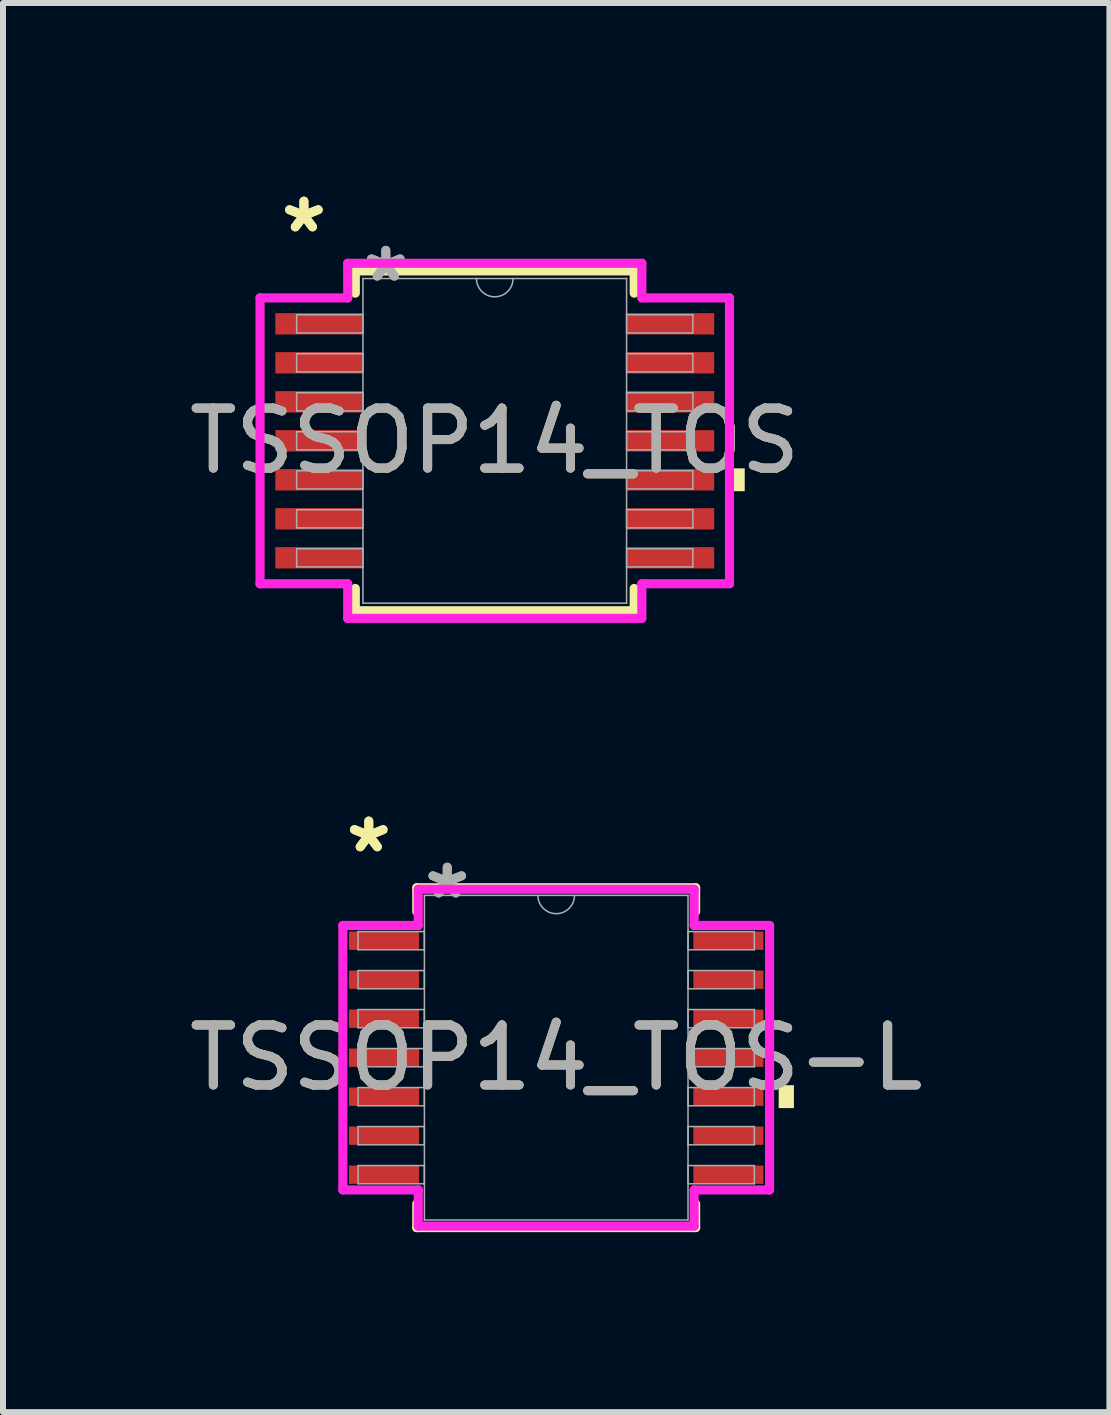
<source format=kicad_pcb>
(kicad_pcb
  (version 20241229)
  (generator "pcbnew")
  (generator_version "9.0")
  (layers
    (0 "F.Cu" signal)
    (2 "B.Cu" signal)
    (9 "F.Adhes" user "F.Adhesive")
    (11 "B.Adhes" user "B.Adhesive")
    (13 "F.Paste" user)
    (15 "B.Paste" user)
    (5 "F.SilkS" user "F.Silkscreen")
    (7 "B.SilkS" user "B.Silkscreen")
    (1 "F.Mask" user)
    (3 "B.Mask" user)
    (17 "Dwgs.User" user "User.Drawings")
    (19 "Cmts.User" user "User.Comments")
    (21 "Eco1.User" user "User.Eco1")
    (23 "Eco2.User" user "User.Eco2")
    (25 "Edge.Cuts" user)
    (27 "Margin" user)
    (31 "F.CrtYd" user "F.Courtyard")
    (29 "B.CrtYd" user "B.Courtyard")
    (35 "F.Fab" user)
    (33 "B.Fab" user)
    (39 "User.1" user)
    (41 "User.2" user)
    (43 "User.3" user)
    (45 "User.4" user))
  (footprint "TSSOP14_TOS-L"
    (layer "F.Cu")
    (at 6.22 14.578)
    (property "Reference" "TSSOP14_TOS-L" (at 0 0 0) (unlocked yes) (layer "F.SilkS") (effects (font (size 1 1) (thickness 0.15))))
    (attr smd)
    (fp_line (start -2.324 -2.832) (end -2.324 -2.435) (stroke (width 0.152) (type solid)) (layer "F.SilkS"))
    (fp_line (start -2.324 2.435) (end -2.324 2.832) (stroke (width 0.152) (type solid)) (layer "F.SilkS"))
    (fp_line (start -2.324 2.832) (end 2.324 2.832) (stroke (width 0.152) (type solid)) (layer "F.SilkS"))
    (fp_line (start 2.324 -2.832) (end -2.324 -2.832) (stroke (width 0.152) (type solid)) (layer "F.SilkS"))
    (fp_line (start 2.324 -2.435) (end 2.324 -2.832) (stroke (width 0.152) (type solid)) (layer "F.SilkS"))
    (fp_line (start 2.324 2.832) (end 2.324 2.435) (stroke (width 0.152) (type solid)) (layer "F.SilkS"))
    (fp_poly (pts (xy 3.962 0.459) (xy 3.962 0.84) (xy 3.708 0.84) (xy 3.708 0.459)) (stroke (width 0) (type solid)) (fill yes) (layer "F.SilkS"))
    (fp_line (start -3.556 -2.204) (end -2.299 -2.204) (stroke (width 0.152) (type solid)) (layer "F.CrtYd"))
    (fp_line (start -3.556 2.204) (end -3.556 -2.204) (stroke (width 0.152) (type solid)) (layer "F.CrtYd"))
    (fp_line (start -3.556 2.204) (end -2.299 2.204) (stroke (width 0.152) (type solid)) (layer "F.CrtYd"))
    (fp_line (start -2.299 -2.807) (end 2.299 -2.807) (stroke (width 0.152) (type solid)) (layer "F.CrtYd"))
    (fp_line (start -2.299 -2.204) (end -2.299 -2.807) (stroke (width 0.152) (type solid)) (layer "F.CrtYd"))
    (fp_line (start -2.299 2.807) (end -2.299 2.204) (stroke (width 0.152) (type solid)) (layer "F.CrtYd"))
    (fp_line (start 2.299 -2.807) (end 2.299 -2.204) (stroke (width 0.152) (type solid)) (layer "F.CrtYd"))
    (fp_line (start 2.299 2.204) (end 2.299 2.807) (stroke (width 0.152) (type solid)) (layer "F.CrtYd"))
    (fp_line (start 2.299 2.807) (end -2.299 2.807) (stroke (width 0.152) (type solid)) (layer "F.CrtYd"))
    (fp_line (start 3.556 -2.204) (end 2.299 -2.204) (stroke (width 0.152) (type solid)) (layer "F.CrtYd"))
    (fp_line (start 3.556 -2.204) (end 3.556 2.204) (stroke (width 0.152) (type solid)) (layer "F.CrtYd"))
    (fp_line (start 3.556 2.204) (end 2.299 2.204) (stroke (width 0.152) (type solid)) (layer "F.CrtYd"))
    (fp_line (start -3.302 -2.102) (end -3.302 -1.798) (stroke (width 0.025) (type solid)) (layer "F.Fab"))
    (fp_line (start -3.302 -1.798) (end -2.197 -1.798) (stroke (width 0.025) (type solid)) (layer "F.Fab"))
    (fp_line (start -3.302 -1.452) (end -3.302 -1.148) (stroke (width 0.025) (type solid)) (layer "F.Fab"))
    (fp_line (start -3.302 -1.148) (end -2.197 -1.148) (stroke (width 0.025) (type solid)) (layer "F.Fab"))
    (fp_line (start -3.302 -0.802) (end -3.302 -0.498) (stroke (width 0.025) (type solid)) (layer "F.Fab"))
    (fp_line (start -3.302 -0.498) (end -2.197 -0.498) (stroke (width 0.025) (type solid)) (layer "F.Fab"))
    (fp_line (start -3.302 -0.152) (end -3.302 0.152) (stroke (width 0.025) (type solid)) (layer "F.Fab"))
    (fp_line (start -3.302 0.152) (end -2.197 0.152) (stroke (width 0.025) (type solid)) (layer "F.Fab"))
    (fp_line (start -3.302 0.498) (end -3.302 0.802) (stroke (width 0.025) (type solid)) (layer "F.Fab"))
    (fp_line (start -3.302 0.802) (end -2.197 0.802) (stroke (width 0.025) (type solid)) (layer "F.Fab"))
    (fp_line (start -3.302 1.148) (end -3.302 1.452) (stroke (width 0.025) (type solid)) (layer "F.Fab"))
    (fp_line (start -3.302 1.452) (end -2.197 1.452) (stroke (width 0.025) (type solid)) (layer "F.Fab"))
    (fp_line (start -3.302 1.798) (end -3.302 2.102) (stroke (width 0.025) (type solid)) (layer "F.Fab"))
    (fp_line (start -3.302 2.102) (end -2.197 2.102) (stroke (width 0.025) (type solid)) (layer "F.Fab"))
    (fp_line (start -2.197 -2.705) (end -2.197 2.705) (stroke (width 0.025) (type solid)) (layer "F.Fab"))
    (fp_line (start -2.197 -2.102) (end -3.302 -2.102) (stroke (width 0.025) (type solid)) (layer "F.Fab"))
    (fp_line (start -2.197 -1.798) (end -2.197 -2.102) (stroke (width 0.025) (type solid)) (layer "F.Fab"))
    (fp_line (start -2.197 -1.452) (end -3.302 -1.452) (stroke (width 0.025) (type solid)) (layer "F.Fab"))
    (fp_line (start -2.197 -1.148) (end -2.197 -1.452) (stroke (width 0.025) (type solid)) (layer "F.Fab"))
    (fp_line (start -2.197 -0.802) (end -3.302 -0.802) (stroke (width 0.025) (type solid)) (layer "F.Fab"))
    (fp_line (start -2.197 -0.498) (end -2.197 -0.802) (stroke (width 0.025) (type solid)) (layer "F.Fab"))
    (fp_line (start -2.197 -0.152) (end -3.302 -0.152) (stroke (width 0.025) (type solid)) (layer "F.Fab"))
    (fp_line (start -2.197 0.152) (end -2.197 -0.152) (stroke (width 0.025) (type solid)) (layer "F.Fab"))
    (fp_line (start -2.197 0.498) (end -3.302 0.498) (stroke (width 0.025) (type solid)) (layer "F.Fab"))
    (fp_line (start -2.197 0.802) (end -2.197 0.498) (stroke (width 0.025) (type solid)) (layer "F.Fab"))
    (fp_line (start -2.197 1.148) (end -3.302 1.148) (stroke (width 0.025) (type solid)) (layer "F.Fab"))
    (fp_line (start -2.197 1.452) (end -2.197 1.148) (stroke (width 0.025) (type solid)) (layer "F.Fab"))
    (fp_line (start -2.197 1.798) (end -3.302 1.798) (stroke (width 0.025) (type solid)) (layer "F.Fab"))
    (fp_line (start -2.197 2.102) (end -2.197 1.798) (stroke (width 0.025) (type solid)) (layer "F.Fab"))
    (fp_line (start -2.197 2.705) (end 2.197 2.705) (stroke (width 0.025) (type solid)) (layer "F.Fab"))
    (fp_line (start 2.197 -2.705) (end -2.197 -2.705) (stroke (width 0.025) (type solid)) (layer "F.Fab"))
    (fp_line (start 2.197 -2.102) (end 2.197 -1.798) (stroke (width 0.025) (type solid)) (layer "F.Fab"))
    (fp_line (start 2.197 -1.798) (end 3.302 -1.798) (stroke (width 0.025) (type solid)) (layer "F.Fab"))
    (fp_line (start 2.197 -1.452) (end 2.197 -1.148) (stroke (width 0.025) (type solid)) (layer "F.Fab"))
    (fp_line (start 2.197 -1.148) (end 3.302 -1.148) (stroke (width 0.025) (type solid)) (layer "F.Fab"))
    (fp_line (start 2.197 -0.802) (end 2.197 -0.498) (stroke (width 0.025) (type solid)) (layer "F.Fab"))
    (fp_line (start 2.197 -0.498) (end 3.302 -0.498) (stroke (width 0.025) (type solid)) (layer "F.Fab"))
    (fp_line (start 2.197 -0.152) (end 2.197 0.152) (stroke (width 0.025) (type solid)) (layer "F.Fab"))
    (fp_line (start 2.197 0.152) (end 3.302 0.152) (stroke (width 0.025) (type solid)) (layer "F.Fab"))
    (fp_line (start 2.197 0.498) (end 2.197 0.802) (stroke (width 0.025) (type solid)) (layer "F.Fab"))
    (fp_line (start 2.197 0.802) (end 3.302 0.802) (stroke (width 0.025) (type solid)) (layer "F.Fab"))
    (fp_line (start 2.197 1.148) (end 2.197 1.452) (stroke (width 0.025) (type solid)) (layer "F.Fab"))
    (fp_line (start 2.197 1.452) (end 3.302 1.452) (stroke (width 0.025) (type solid)) (layer "F.Fab"))
    (fp_line (start 2.197 1.798) (end 2.197 2.102) (stroke (width 0.025) (type solid)) (layer "F.Fab"))
    (fp_line (start 2.197 2.102) (end 3.302 2.102) (stroke (width 0.025) (type solid)) (layer "F.Fab"))
    (fp_line (start 2.197 2.705) (end 2.197 -2.705) (stroke (width 0.025) (type solid)) (layer "F.Fab"))
    (fp_line (start 3.302 -2.102) (end 2.197 -2.102) (stroke (width 0.025) (type solid)) (layer "F.Fab"))
    (fp_line (start 3.302 -1.798) (end 3.302 -2.102) (stroke (width 0.025) (type solid)) (layer "F.Fab"))
    (fp_line (start 3.302 -1.452) (end 2.197 -1.452) (stroke (width 0.025) (type solid)) (layer "F.Fab"))
    (fp_line (start 3.302 -1.148) (end 3.302 -1.452) (stroke (width 0.025) (type solid)) (layer "F.Fab"))
    (fp_line (start 3.302 -0.802) (end 2.197 -0.802) (stroke (width 0.025) (type solid)) (layer "F.Fab"))
    (fp_line (start 3.302 -0.498) (end 3.302 -0.802) (stroke (width 0.025) (type solid)) (layer "F.Fab"))
    (fp_line (start 3.302 -0.152) (end 2.197 -0.152) (stroke (width 0.025) (type solid)) (layer "F.Fab"))
    (fp_line (start 3.302 0.152) (end 3.302 -0.152) (stroke (width 0.025) (type solid)) (layer "F.Fab"))
    (fp_line (start 3.302 0.498) (end 2.197 0.498) (stroke (width 0.025) (type solid)) (layer "F.Fab"))
    (fp_line (start 3.302 0.802) (end 3.302 0.498) (stroke (width 0.025) (type solid)) (layer "F.Fab"))
    (fp_line (start 3.302 1.148) (end 2.197 1.148) (stroke (width 0.025) (type solid)) (layer "F.Fab"))
    (fp_line (start 3.302 1.452) (end 3.302 1.148) (stroke (width 0.025) (type solid)) (layer "F.Fab"))
    (fp_line (start 3.302 1.798) (end 2.197 1.798) (stroke (width 0.025) (type solid)) (layer "F.Fab"))
    (fp_line (start 3.302 2.102) (end 3.302 1.798) (stroke (width 0.025) (type solid)) (layer "F.Fab"))
    (fp_arc (start 0.3048 -2.7051) (mid 0 -2.4003) (end -0.3048 -2.7051) (stroke (width 0.0254) (type solid)) (layer "F.Fab"))
    (fp_text user "*" (at -3.124 -3.398 0) (unlocked yes) (layer "F.SilkS") (effects (font (size 1 1) (thickness 0.15))))
    (fp_text user "*" (at -3.124 -3.398 0) (layer "F.SilkS") (effects (font (size 1 1) (thickness 0.15))))
    (fp_text user "${REFERENCE}" (at 0 0 0) (unlocked yes) (layer "F.Fab") (effects (font (size 1 1) (thickness 0.15))))
    (fp_text user "*" (at -1.816 -2.629 0) (layer "F.Fab") (effects (font (size 1 1) (thickness 0.15))))
    (fp_text user "*" (at -1.816 -2.629 0) (unlocked yes) (layer "F.Fab") (effects (font (size 1 1) (thickness 0.15))))
    (pad "1" smd rect (at -2.87 -1.95) (size 1.168 0.305) (layers "F.Cu" "F.Mask" "F.Paste"))
    (pad "2" smd rect (at -2.87 -1.3) (size 1.168 0.305) (layers "F.Cu" "F.Mask" "F.Paste"))
    (pad "3" smd rect (at -2.87 -0.65) (size 1.168 0.305) (layers "F.Cu" "F.Mask" "F.Paste"))
    (pad "4" smd rect (at -2.87 0) (size 1.168 0.305) (layers "F.Cu" "F.Mask" "F.Paste"))
    (pad "5" smd rect (at -2.87 0.65) (size 1.168 0.305) (layers "F.Cu" "F.Mask" "F.Paste"))
    (pad "6" smd rect (at -2.87 1.3) (size 1.168 0.305) (layers "F.Cu" "F.Mask" "F.Paste"))
    (pad "7" smd rect (at -2.87 1.95) (size 1.168 0.305) (layers "F.Cu" "F.Mask" "F.Paste"))
    (pad "8" smd rect (at 2.87 1.95) (size 1.168 0.305) (layers "F.Cu" "F.Mask" "F.Paste"))
    (pad "9" smd rect (at 2.87 1.3) (size 1.168 0.305) (layers "F.Cu" "F.Mask" "F.Paste"))
    (pad "10" smd rect (at 2.87 0.65) (size 1.168 0.305) (layers "F.Cu" "F.Mask" "F.Paste"))
    (pad "11" smd rect (at 2.87 0) (size 1.168 0.305) (layers "F.Cu" "F.Mask" "F.Paste"))
    (pad "12" smd rect (at 2.87 -0.65) (size 1.168 0.305) (layers "F.Cu" "F.Mask" "F.Paste"))
    (pad "13" smd rect (at 2.87 -1.3) (size 1.168 0.305) (layers "F.Cu" "F.Mask" "F.Paste"))
    (pad "14" smd rect (at 2.87 -1.95) (size 1.168 0.305) (layers "F.Cu" "F.Mask" "F.Paste")))
  (footprint "TSSOP14_TOS"
    (layer "F.Cu")
    (at 5.196 4.297)
    (property "Reference" "TSSOP14_TOS" (at 0 0 0) (unlocked yes) (layer "F.SilkS") (effects (font (size 1 1) (thickness 0.15))))
    (attr smd)
    (fp_line (start -2.324 -2.832) (end -2.324 -2.461) (stroke (width 0.152) (type solid)) (layer "F.SilkS"))
    (fp_line (start -2.324 2.461) (end -2.324 2.832) (stroke (width 0.152) (type solid)) (layer "F.SilkS"))
    (fp_line (start -2.324 2.832) (end 2.324 2.832) (stroke (width 0.152) (type solid)) (layer "F.SilkS"))
    (fp_line (start 2.324 -2.832) (end -2.324 -2.832) (stroke (width 0.152) (type solid)) (layer "F.SilkS"))
    (fp_line (start 2.324 -2.461) (end 2.324 -2.832) (stroke (width 0.152) (type solid)) (layer "F.SilkS"))
    (fp_line (start 2.324 2.832) (end 2.324 2.461) (stroke (width 0.152) (type solid)) (layer "F.SilkS"))
    (fp_poly (pts (xy 4.166 0.459) (xy 4.166 0.84) (xy 3.912 0.84) (xy 3.912 0.459)) (stroke (width 0) (type solid)) (fill yes) (layer "F.SilkS"))
    (fp_line (start -3.912 -2.382) (end -2.451 -2.382) (stroke (width 0.152) (type solid)) (layer "F.CrtYd"))
    (fp_line (start -3.912 2.382) (end -3.912 -2.382) (stroke (width 0.152) (type solid)) (layer "F.CrtYd"))
    (fp_line (start -3.912 2.382) (end -2.451 2.382) (stroke (width 0.152) (type solid)) (layer "F.CrtYd"))
    (fp_line (start -2.451 -2.959) (end 2.451 -2.959) (stroke (width 0.152) (type solid)) (layer "F.CrtYd"))
    (fp_line (start -2.451 -2.382) (end -2.451 -2.959) (stroke (width 0.152) (type solid)) (layer "F.CrtYd"))
    (fp_line (start -2.451 2.959) (end -2.451 2.382) (stroke (width 0.152) (type solid)) (layer "F.CrtYd"))
    (fp_line (start 2.451 -2.959) (end 2.451 -2.382) (stroke (width 0.152) (type solid)) (layer "F.CrtYd"))
    (fp_line (start 2.451 2.382) (end 2.451 2.959) (stroke (width 0.152) (type solid)) (layer "F.CrtYd"))
    (fp_line (start 2.451 2.959) (end -2.451 2.959) (stroke (width 0.152) (type solid)) (layer "F.CrtYd"))
    (fp_line (start 3.912 -2.382) (end 2.451 -2.382) (stroke (width 0.152) (type solid)) (layer "F.CrtYd"))
    (fp_line (start 3.912 -2.382) (end 3.912 2.382) (stroke (width 0.152) (type solid)) (layer "F.CrtYd"))
    (fp_line (start 3.912 2.382) (end 2.451 2.382) (stroke (width 0.152) (type solid)) (layer "F.CrtYd"))
    (fp_line (start -3.302 -2.102) (end -3.302 -1.798) (stroke (width 0.025) (type solid)) (layer "F.Fab"))
    (fp_line (start -3.302 -1.798) (end -2.197 -1.798) (stroke (width 0.025) (type solid)) (layer "F.Fab"))
    (fp_line (start -3.302 -1.452) (end -3.302 -1.148) (stroke (width 0.025) (type solid)) (layer "F.Fab"))
    (fp_line (start -3.302 -1.148) (end -2.197 -1.148) (stroke (width 0.025) (type solid)) (layer "F.Fab"))
    (fp_line (start -3.302 -0.802) (end -3.302 -0.498) (stroke (width 0.025) (type solid)) (layer "F.Fab"))
    (fp_line (start -3.302 -0.498) (end -2.197 -0.498) (stroke (width 0.025) (type solid)) (layer "F.Fab"))
    (fp_line (start -3.302 -0.152) (end -3.302 0.152) (stroke (width 0.025) (type solid)) (layer "F.Fab"))
    (fp_line (start -3.302 0.152) (end -2.197 0.152) (stroke (width 0.025) (type solid)) (layer "F.Fab"))
    (fp_line (start -3.302 0.498) (end -3.302 0.802) (stroke (width 0.025) (type solid)) (layer "F.Fab"))
    (fp_line (start -3.302 0.802) (end -2.197 0.802) (stroke (width 0.025) (type solid)) (layer "F.Fab"))
    (fp_line (start -3.302 1.148) (end -3.302 1.452) (stroke (width 0.025) (type solid)) (layer "F.Fab"))
    (fp_line (start -3.302 1.452) (end -2.197 1.452) (stroke (width 0.025) (type solid)) (layer "F.Fab"))
    (fp_line (start -3.302 1.798) (end -3.302 2.102) (stroke (width 0.025) (type solid)) (layer "F.Fab"))
    (fp_line (start -3.302 2.102) (end -2.197 2.102) (stroke (width 0.025) (type solid)) (layer "F.Fab"))
    (fp_line (start -2.197 -2.705) (end -2.197 2.705) (stroke (width 0.025) (type solid)) (layer "F.Fab"))
    (fp_line (start -2.197 -2.102) (end -3.302 -2.102) (stroke (width 0.025) (type solid)) (layer "F.Fab"))
    (fp_line (start -2.197 -1.798) (end -2.197 -2.102) (stroke (width 0.025) (type solid)) (layer "F.Fab"))
    (fp_line (start -2.197 -1.452) (end -3.302 -1.452) (stroke (width 0.025) (type solid)) (layer "F.Fab"))
    (fp_line (start -2.197 -1.148) (end -2.197 -1.452) (stroke (width 0.025) (type solid)) (layer "F.Fab"))
    (fp_line (start -2.197 -0.802) (end -3.302 -0.802) (stroke (width 0.025) (type solid)) (layer "F.Fab"))
    (fp_line (start -2.197 -0.498) (end -2.197 -0.802) (stroke (width 0.025) (type solid)) (layer "F.Fab"))
    (fp_line (start -2.197 -0.152) (end -3.302 -0.152) (stroke (width 0.025) (type solid)) (layer "F.Fab"))
    (fp_line (start -2.197 0.152) (end -2.197 -0.152) (stroke (width 0.025) (type solid)) (layer "F.Fab"))
    (fp_line (start -2.197 0.498) (end -3.302 0.498) (stroke (width 0.025) (type solid)) (layer "F.Fab"))
    (fp_line (start -2.197 0.802) (end -2.197 0.498) (stroke (width 0.025) (type solid)) (layer "F.Fab"))
    (fp_line (start -2.197 1.148) (end -3.302 1.148) (stroke (width 0.025) (type solid)) (layer "F.Fab"))
    (fp_line (start -2.197 1.452) (end -2.197 1.148) (stroke (width 0.025) (type solid)) (layer "F.Fab"))
    (fp_line (start -2.197 1.798) (end -3.302 1.798) (stroke (width 0.025) (type solid)) (layer "F.Fab"))
    (fp_line (start -2.197 2.102) (end -2.197 1.798) (stroke (width 0.025) (type solid)) (layer "F.Fab"))
    (fp_line (start -2.197 2.705) (end 2.197 2.705) (stroke (width 0.025) (type solid)) (layer "F.Fab"))
    (fp_line (start 2.197 -2.705) (end -2.197 -2.705) (stroke (width 0.025) (type solid)) (layer "F.Fab"))
    (fp_line (start 2.197 -2.102) (end 2.197 -1.798) (stroke (width 0.025) (type solid)) (layer "F.Fab"))
    (fp_line (start 2.197 -1.798) (end 3.302 -1.798) (stroke (width 0.025) (type solid)) (layer "F.Fab"))
    (fp_line (start 2.197 -1.452) (end 2.197 -1.148) (stroke (width 0.025) (type solid)) (layer "F.Fab"))
    (fp_line (start 2.197 -1.148) (end 3.302 -1.148) (stroke (width 0.025) (type solid)) (layer "F.Fab"))
    (fp_line (start 2.197 -0.802) (end 2.197 -0.498) (stroke (width 0.025) (type solid)) (layer "F.Fab"))
    (fp_line (start 2.197 -0.498) (end 3.302 -0.498) (stroke (width 0.025) (type solid)) (layer "F.Fab"))
    (fp_line (start 2.197 -0.152) (end 2.197 0.152) (stroke (width 0.025) (type solid)) (layer "F.Fab"))
    (fp_line (start 2.197 0.152) (end 3.302 0.152) (stroke (width 0.025) (type solid)) (layer "F.Fab"))
    (fp_line (start 2.197 0.498) (end 2.197 0.802) (stroke (width 0.025) (type solid)) (layer "F.Fab"))
    (fp_line (start 2.197 0.802) (end 3.302 0.802) (stroke (width 0.025) (type solid)) (layer "F.Fab"))
    (fp_line (start 2.197 1.148) (end 2.197 1.452) (stroke (width 0.025) (type solid)) (layer "F.Fab"))
    (fp_line (start 2.197 1.452) (end 3.302 1.452) (stroke (width 0.025) (type solid)) (layer "F.Fab"))
    (fp_line (start 2.197 1.798) (end 2.197 2.102) (stroke (width 0.025) (type solid)) (layer "F.Fab"))
    (fp_line (start 2.197 2.102) (end 3.302 2.102) (stroke (width 0.025) (type solid)) (layer "F.Fab"))
    (fp_line (start 2.197 2.705) (end 2.197 -2.705) (stroke (width 0.025) (type solid)) (layer "F.Fab"))
    (fp_line (start 3.302 -2.102) (end 2.197 -2.102) (stroke (width 0.025) (type solid)) (layer "F.Fab"))
    (fp_line (start 3.302 -1.798) (end 3.302 -2.102) (stroke (width 0.025) (type solid)) (layer "F.Fab"))
    (fp_line (start 3.302 -1.452) (end 2.197 -1.452) (stroke (width 0.025) (type solid)) (layer "F.Fab"))
    (fp_line (start 3.302 -1.148) (end 3.302 -1.452) (stroke (width 0.025) (type solid)) (layer "F.Fab"))
    (fp_line (start 3.302 -0.802) (end 2.197 -0.802) (stroke (width 0.025) (type solid)) (layer "F.Fab"))
    (fp_line (start 3.302 -0.498) (end 3.302 -0.802) (stroke (width 0.025) (type solid)) (layer "F.Fab"))
    (fp_line (start 3.302 -0.152) (end 2.197 -0.152) (stroke (width 0.025) (type solid)) (layer "F.Fab"))
    (fp_line (start 3.302 0.152) (end 3.302 -0.152) (stroke (width 0.025) (type solid)) (layer "F.Fab"))
    (fp_line (start 3.302 0.498) (end 2.197 0.498) (stroke (width 0.025) (type solid)) (layer "F.Fab"))
    (fp_line (start 3.302 0.802) (end 3.302 0.498) (stroke (width 0.025) (type solid)) (layer "F.Fab"))
    (fp_line (start 3.302 1.148) (end 2.197 1.148) (stroke (width 0.025) (type solid)) (layer "F.Fab"))
    (fp_line (start 3.302 1.452) (end 3.302 1.148) (stroke (width 0.025) (type solid)) (layer "F.Fab"))
    (fp_line (start 3.302 1.798) (end 2.197 1.798) (stroke (width 0.025) (type solid)) (layer "F.Fab"))
    (fp_line (start 3.302 2.102) (end 3.302 1.798) (stroke (width 0.025) (type solid)) (layer "F.Fab"))
    (fp_arc (start 0.3048 -2.7051) (mid 0 -2.4003) (end -0.3048 -2.7051) (stroke (width 0.0254) (type solid)) (layer "F.Fab"))
    (fp_text user "*" (at -3.181 -3.449 0) (layer "F.SilkS") (effects (font (size 1 1) (thickness 0.15))))
    (fp_text user "*" (at -3.181 -3.449 0) (unlocked yes) (layer "F.SilkS") (effects (font (size 1 1) (thickness 0.15))))
    (fp_text user "*" (at -1.816 -2.629 0) (unlocked yes) (layer "F.Fab") (effects (font (size 1 1) (thickness 0.15))))
    (fp_text user "${REFERENCE}" (at 0 0 0) (unlocked yes) (layer "F.Fab") (effects (font (size 1 1) (thickness 0.15))))
    (fp_text user "*" (at -1.816 -2.629 0) (layer "F.Fab") (effects (font (size 1 1) (thickness 0.15))))
    (pad "1" smd rect (at -2.927 -1.95) (size 1.46 0.356) (layers "F.Cu" "F.Mask" "F.Paste"))
    (pad "2" smd rect (at -2.927 -1.3) (size 1.46 0.356) (layers "F.Cu" "F.Mask" "F.Paste"))
    (pad "3" smd rect (at -2.927 -0.65) (size 1.46 0.356) (layers "F.Cu" "F.Mask" "F.Paste"))
    (pad "4" smd rect (at -2.927 0) (size 1.46 0.356) (layers "F.Cu" "F.Mask" "F.Paste"))
    (pad "5" smd rect (at -2.927 0.65) (size 1.46 0.356) (layers "F.Cu" "F.Mask" "F.Paste"))
    (pad "6" smd rect (at -2.927 1.3) (size 1.46 0.356) (layers "F.Cu" "F.Mask" "F.Paste"))
    (pad "7" smd rect (at -2.927 1.95) (size 1.46 0.356) (layers "F.Cu" "F.Mask" "F.Paste"))
    (pad "8" smd rect (at 2.927 1.95) (size 1.46 0.356) (layers "F.Cu" "F.Mask" "F.Paste"))
    (pad "9" smd rect (at 2.927 1.3) (size 1.46 0.356) (layers "F.Cu" "F.Mask" "F.Paste"))
    (pad "10" smd rect (at 2.927 0.65) (size 1.46 0.356) (layers "F.Cu" "F.Mask" "F.Paste"))
    (pad "11" smd rect (at 2.927 0) (size 1.46 0.356) (layers "F.Cu" "F.Mask" "F.Paste"))
    (pad "12" smd rect (at 2.927 -0.65) (size 1.46 0.356) (layers "F.Cu" "F.Mask" "F.Paste"))
    (pad "13" smd rect (at 2.927 -1.3) (size 1.46 0.356) (layers "F.Cu" "F.Mask" "F.Paste"))
    (pad "14" smd rect (at 2.927 -1.95) (size 1.46 0.356) (layers "F.Cu" "F.Mask" "F.Paste")))
  (gr_rect
    (start -3 -3)
    (end 15.44 20.486)
    (stroke (width 0.1) (type default))
    (fill no)
    (layer "Edge.Cuts")))
</source>
